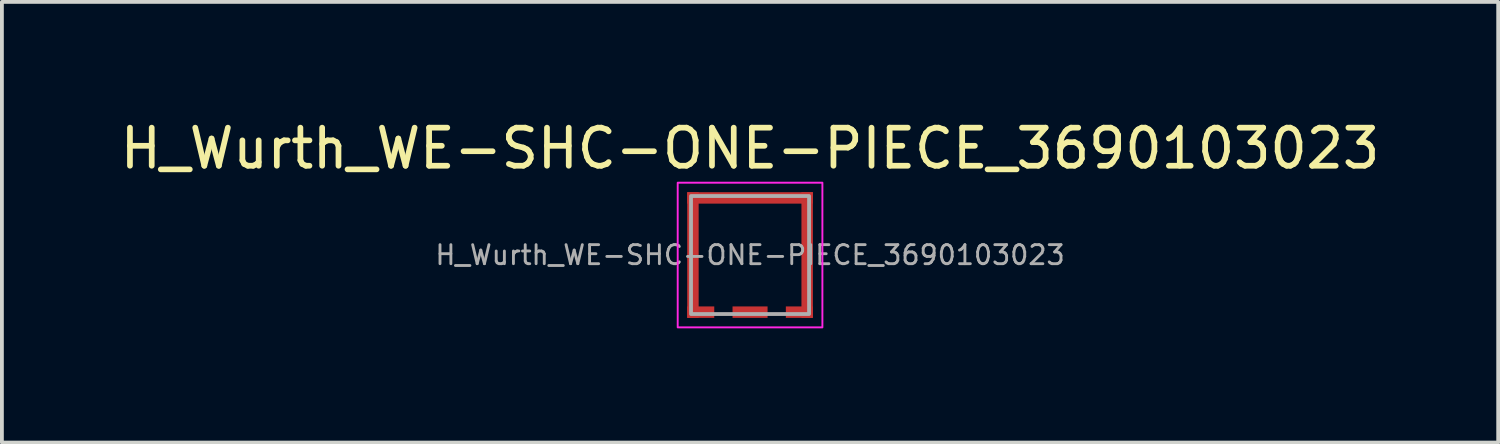
<source format=kicad_pcb>
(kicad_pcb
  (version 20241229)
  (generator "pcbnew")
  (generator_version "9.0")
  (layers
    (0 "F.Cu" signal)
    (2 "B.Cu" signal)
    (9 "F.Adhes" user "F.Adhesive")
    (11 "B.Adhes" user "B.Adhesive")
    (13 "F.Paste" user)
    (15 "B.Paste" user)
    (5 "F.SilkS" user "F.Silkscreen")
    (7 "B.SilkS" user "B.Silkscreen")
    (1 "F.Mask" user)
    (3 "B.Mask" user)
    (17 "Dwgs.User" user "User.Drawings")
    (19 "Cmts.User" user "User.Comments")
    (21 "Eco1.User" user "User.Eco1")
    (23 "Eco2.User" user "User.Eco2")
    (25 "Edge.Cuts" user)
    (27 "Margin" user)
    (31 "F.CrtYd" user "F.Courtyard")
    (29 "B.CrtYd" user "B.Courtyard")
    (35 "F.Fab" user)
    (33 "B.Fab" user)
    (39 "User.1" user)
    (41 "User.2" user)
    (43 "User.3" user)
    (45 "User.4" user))
  (footprint "H_Wurth_WE-SHC-ONE-PIECE_3690103023"
    (layer "F.Cu")
    (at 16.649 3.648)
    (property "Reference" "H_Wurth_WE-SHC-ONE-PIECE_3690103023" (at 0 -2.8 0) (unlocked yes) (layer "F.SilkS") (effects (font (size 1 1) (thickness 0.15))))
    (attr smd)
    (fp_rect (start -1.9 -1.9) (end 1.9 1.9) (stroke (width 0.05) (type solid)) (fill no) (layer "F.CrtYd"))
    (fp_rect (start -1.55 -1.55) (end 1.55 1.55) (stroke (width 0.1) (type solid)) (fill no) (layer "F.Fab"))
    (fp_text user "${REFERENCE}" (at 0 0 0) (unlocked yes) (layer "F.Fab") (effects (font (size 0.5 0.5) (thickness 0.075))))
    (pad "1" smd rect (at -1.5 0) (size 0.3 3.3) (layers "F.Cu" "F.Mask" "F.Paste"))
    (pad "1" smd rect (at -1.295 1.5) (size 0.71 0.3) (layers "F.Cu" "F.Mask" "F.Paste"))
    (pad "1" smd rect (at 0 -1.5 90) (size 0.3 3.3) (layers "F.Cu" "F.Mask" "F.Paste"))
    (pad "1" smd rect (at 0 1.5) (size 0.92 0.3) (layers "F.Cu" "F.Mask" "F.Paste"))
    (pad "1" smd rect (at 1.295 1.5) (size 0.71 0.3) (layers "F.Cu" "F.Mask" "F.Paste"))
    (pad "1" smd rect (at 1.5 0) (size 0.3 3.3) (layers "F.Cu" "F.Mask" "F.Paste")))
  (gr_rect
    (start -3 -3)
    (end 36.298 8.573)
    (stroke (width 0.1) (type default))
    (fill no)
    (layer "Edge.Cuts")))
</source>
